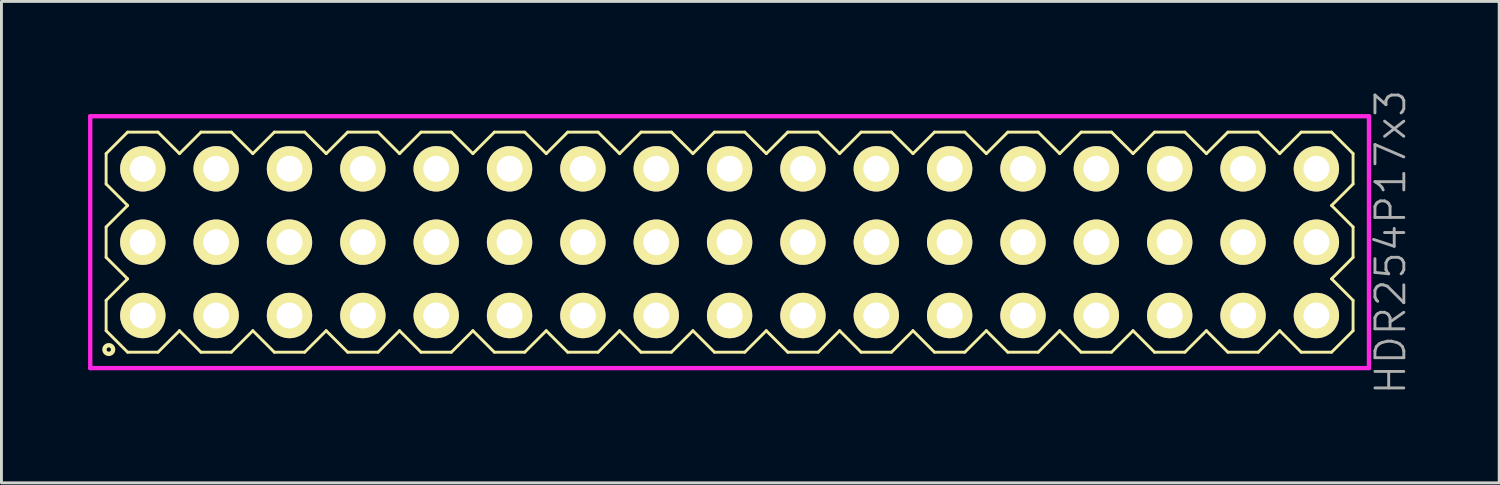
<source format=kicad_pcb>
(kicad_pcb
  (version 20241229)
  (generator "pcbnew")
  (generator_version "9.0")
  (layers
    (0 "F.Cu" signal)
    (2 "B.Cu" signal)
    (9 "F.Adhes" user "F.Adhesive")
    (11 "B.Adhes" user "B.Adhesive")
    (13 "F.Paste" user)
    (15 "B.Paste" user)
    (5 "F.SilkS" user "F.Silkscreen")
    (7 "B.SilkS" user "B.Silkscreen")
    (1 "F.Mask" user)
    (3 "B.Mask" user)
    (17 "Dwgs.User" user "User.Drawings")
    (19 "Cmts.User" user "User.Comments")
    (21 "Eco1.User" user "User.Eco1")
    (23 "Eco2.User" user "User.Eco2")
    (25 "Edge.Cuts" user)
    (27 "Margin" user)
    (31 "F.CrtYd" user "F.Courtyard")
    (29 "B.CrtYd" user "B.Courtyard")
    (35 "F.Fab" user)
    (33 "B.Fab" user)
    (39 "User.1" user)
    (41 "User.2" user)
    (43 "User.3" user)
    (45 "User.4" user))
  (footprint "HDR254P17x3"
    (layer "F.Cu")
    (at 22.215 5.336)
    (property "Reference" "HDR254P17x3" (at 22.89 0 90) (layer "F.Fab") (effects (font (size 1 1) (thickness 0.1))))
    (attr through_hole)
    (fp_line (start -21.59 -3.066) (end -20.846 -3.81) (stroke (width 0.1) (type solid)) (layer "F.SilkS"))
    (fp_line (start -21.59 -2.014) (end -21.59 -3.066) (stroke (width 0.1) (type solid)) (layer "F.SilkS"))
    (fp_line (start -21.59 -0.526) (end -20.846 -1.27) (stroke (width 0.1) (type solid)) (layer "F.SilkS"))
    (fp_line (start -21.59 0.526) (end -21.59 -0.526) (stroke (width 0.1) (type solid)) (layer "F.SilkS"))
    (fp_line (start -21.59 2.014) (end -20.846 1.27) (stroke (width 0.1) (type solid)) (layer "F.SilkS"))
    (fp_line (start -21.59 3.066) (end -21.59 2.014) (stroke (width 0.1) (type solid)) (layer "F.SilkS"))
    (fp_line (start -20.846 -3.81) (end -19.794 -3.81) (stroke (width 0.1) (type solid)) (layer "F.SilkS"))
    (fp_line (start -20.846 -1.27) (end -21.59 -2.014) (stroke (width 0.1) (type solid)) (layer "F.SilkS"))
    (fp_line (start -20.846 1.27) (end -21.59 0.526) (stroke (width 0.1) (type solid)) (layer "F.SilkS"))
    (fp_line (start -20.846 3.81) (end -21.59 3.066) (stroke (width 0.1) (type solid)) (layer "F.SilkS"))
    (fp_line (start -19.794 -3.81) (end -19.05 -3.066) (stroke (width 0.1) (type solid)) (layer "F.SilkS"))
    (fp_line (start -19.794 3.81) (end -20.846 3.81) (stroke (width 0.1) (type solid)) (layer "F.SilkS"))
    (fp_line (start -19.05 -3.066) (end -18.306 -3.81) (stroke (width 0.1) (type solid)) (layer "F.SilkS"))
    (fp_line (start -19.05 3.066) (end -19.794 3.81) (stroke (width 0.1) (type solid)) (layer "F.SilkS"))
    (fp_line (start -18.306 -3.81) (end -17.254 -3.81) (stroke (width 0.1) (type solid)) (layer "F.SilkS"))
    (fp_line (start -18.306 3.81) (end -19.05 3.066) (stroke (width 0.1) (type solid)) (layer "F.SilkS"))
    (fp_line (start -17.254 -3.81) (end -16.51 -3.066) (stroke (width 0.1) (type solid)) (layer "F.SilkS"))
    (fp_line (start -17.254 3.81) (end -18.306 3.81) (stroke (width 0.1) (type solid)) (layer "F.SilkS"))
    (fp_line (start -16.51 -3.066) (end -15.766 -3.81) (stroke (width 0.1) (type solid)) (layer "F.SilkS"))
    (fp_line (start -16.51 3.066) (end -17.254 3.81) (stroke (width 0.1) (type solid)) (layer "F.SilkS"))
    (fp_line (start -15.766 -3.81) (end -14.714 -3.81) (stroke (width 0.1) (type solid)) (layer "F.SilkS"))
    (fp_line (start -15.766 3.81) (end -16.51 3.066) (stroke (width 0.1) (type solid)) (layer "F.SilkS"))
    (fp_line (start -14.714 -3.81) (end -13.97 -3.066) (stroke (width 0.1) (type solid)) (layer "F.SilkS"))
    (fp_line (start -14.714 3.81) (end -15.766 3.81) (stroke (width 0.1) (type solid)) (layer "F.SilkS"))
    (fp_line (start -13.97 -3.066) (end -13.226 -3.81) (stroke (width 0.1) (type solid)) (layer "F.SilkS"))
    (fp_line (start -13.97 3.066) (end -14.714 3.81) (stroke (width 0.1) (type solid)) (layer "F.SilkS"))
    (fp_line (start -13.226 -3.81) (end -12.174 -3.81) (stroke (width 0.1) (type solid)) (layer "F.SilkS"))
    (fp_line (start -13.226 3.81) (end -13.97 3.066) (stroke (width 0.1) (type solid)) (layer "F.SilkS"))
    (fp_line (start -12.174 -3.81) (end -11.43 -3.066) (stroke (width 0.1) (type solid)) (layer "F.SilkS"))
    (fp_line (start -12.174 3.81) (end -13.226 3.81) (stroke (width 0.1) (type solid)) (layer "F.SilkS"))
    (fp_line (start -11.43 -3.066) (end -10.686 -3.81) (stroke (width 0.1) (type solid)) (layer "F.SilkS"))
    (fp_line (start -11.43 3.066) (end -12.174 3.81) (stroke (width 0.1) (type solid)) (layer "F.SilkS"))
    (fp_line (start -10.686 -3.81) (end -9.634 -3.81) (stroke (width 0.1) (type solid)) (layer "F.SilkS"))
    (fp_line (start -10.686 3.81) (end -11.43 3.066) (stroke (width 0.1) (type solid)) (layer "F.SilkS"))
    (fp_line (start -9.634 -3.81) (end -8.89 -3.066) (stroke (width 0.1) (type solid)) (layer "F.SilkS"))
    (fp_line (start -9.634 3.81) (end -10.686 3.81) (stroke (width 0.1) (type solid)) (layer "F.SilkS"))
    (fp_line (start -8.89 -3.066) (end -8.146 -3.81) (stroke (width 0.1) (type solid)) (layer "F.SilkS"))
    (fp_line (start -8.89 3.066) (end -9.634 3.81) (stroke (width 0.1) (type solid)) (layer "F.SilkS"))
    (fp_line (start -8.146 -3.81) (end -7.094 -3.81) (stroke (width 0.1) (type solid)) (layer "F.SilkS"))
    (fp_line (start -8.146 3.81) (end -8.89 3.066) (stroke (width 0.1) (type solid)) (layer "F.SilkS"))
    (fp_line (start -7.094 -3.81) (end -6.35 -3.066) (stroke (width 0.1) (type solid)) (layer "F.SilkS"))
    (fp_line (start -7.094 3.81) (end -8.146 3.81) (stroke (width 0.1) (type solid)) (layer "F.SilkS"))
    (fp_line (start -6.35 -3.066) (end -5.606 -3.81) (stroke (width 0.1) (type solid)) (layer "F.SilkS"))
    (fp_line (start -6.35 3.066) (end -7.094 3.81) (stroke (width 0.1) (type solid)) (layer "F.SilkS"))
    (fp_line (start -5.606 -3.81) (end -4.554 -3.81) (stroke (width 0.1) (type solid)) (layer "F.SilkS"))
    (fp_line (start -5.606 3.81) (end -6.35 3.066) (stroke (width 0.1) (type solid)) (layer "F.SilkS"))
    (fp_line (start -4.554 -3.81) (end -3.81 -3.066) (stroke (width 0.1) (type solid)) (layer "F.SilkS"))
    (fp_line (start -4.554 3.81) (end -5.606 3.81) (stroke (width 0.1) (type solid)) (layer "F.SilkS"))
    (fp_line (start -3.81 -3.066) (end -3.066 -3.81) (stroke (width 0.1) (type solid)) (layer "F.SilkS"))
    (fp_line (start -3.81 3.066) (end -4.554 3.81) (stroke (width 0.1) (type solid)) (layer "F.SilkS"))
    (fp_line (start -3.066 -3.81) (end -2.014 -3.81) (stroke (width 0.1) (type solid)) (layer "F.SilkS"))
    (fp_line (start -3.066 3.81) (end -3.81 3.066) (stroke (width 0.1) (type solid)) (layer "F.SilkS"))
    (fp_line (start -2.014 -3.81) (end -1.27 -3.066) (stroke (width 0.1) (type solid)) (layer "F.SilkS"))
    (fp_line (start -2.014 3.81) (end -3.066 3.81) (stroke (width 0.1) (type solid)) (layer "F.SilkS"))
    (fp_line (start -1.27 -3.066) (end -0.526 -3.81) (stroke (width 0.1) (type solid)) (layer "F.SilkS"))
    (fp_line (start -1.27 3.066) (end -2.014 3.81) (stroke (width 0.1) (type solid)) (layer "F.SilkS"))
    (fp_line (start -0.526 -3.81) (end 0.526 -3.81) (stroke (width 0.1) (type solid)) (layer "F.SilkS"))
    (fp_line (start -0.526 3.81) (end -1.27 3.066) (stroke (width 0.1) (type solid)) (layer "F.SilkS"))
    (fp_line (start 0.526 -3.81) (end 1.27 -3.066) (stroke (width 0.1) (type solid)) (layer "F.SilkS"))
    (fp_line (start 0.526 3.81) (end -0.526 3.81) (stroke (width 0.1) (type solid)) (layer "F.SilkS"))
    (fp_line (start 1.27 -3.066) (end 2.014 -3.81) (stroke (width 0.1) (type solid)) (layer "F.SilkS"))
    (fp_line (start 1.27 3.066) (end 0.526 3.81) (stroke (width 0.1) (type solid)) (layer "F.SilkS"))
    (fp_line (start 2.014 -3.81) (end 3.066 -3.81) (stroke (width 0.1) (type solid)) (layer "F.SilkS"))
    (fp_line (start 2.014 3.81) (end 1.27 3.066) (stroke (width 0.1) (type solid)) (layer "F.SilkS"))
    (fp_line (start 3.066 -3.81) (end 3.81 -3.066) (stroke (width 0.1) (type solid)) (layer "F.SilkS"))
    (fp_line (start 3.066 3.81) (end 2.014 3.81) (stroke (width 0.1) (type solid)) (layer "F.SilkS"))
    (fp_line (start 3.81 -3.066) (end 4.554 -3.81) (stroke (width 0.1) (type solid)) (layer "F.SilkS"))
    (fp_line (start 3.81 3.066) (end 3.066 3.81) (stroke (width 0.1) (type solid)) (layer "F.SilkS"))
    (fp_line (start 4.554 -3.81) (end 5.606 -3.81) (stroke (width 0.1) (type solid)) (layer "F.SilkS"))
    (fp_line (start 4.554 3.81) (end 3.81 3.066) (stroke (width 0.1) (type solid)) (layer "F.SilkS"))
    (fp_line (start 5.606 -3.81) (end 6.35 -3.066) (stroke (width 0.1) (type solid)) (layer "F.SilkS"))
    (fp_line (start 5.606 3.81) (end 4.554 3.81) (stroke (width 0.1) (type solid)) (layer "F.SilkS"))
    (fp_line (start 6.35 -3.066) (end 7.094 -3.81) (stroke (width 0.1) (type solid)) (layer "F.SilkS"))
    (fp_line (start 6.35 3.066) (end 5.606 3.81) (stroke (width 0.1) (type solid)) (layer "F.SilkS"))
    (fp_line (start 7.094 -3.81) (end 8.146 -3.81) (stroke (width 0.1) (type solid)) (layer "F.SilkS"))
    (fp_line (start 7.094 3.81) (end 6.35 3.066) (stroke (width 0.1) (type solid)) (layer "F.SilkS"))
    (fp_line (start 8.146 -3.81) (end 8.89 -3.066) (stroke (width 0.1) (type solid)) (layer "F.SilkS"))
    (fp_line (start 8.146 3.81) (end 7.094 3.81) (stroke (width 0.1) (type solid)) (layer "F.SilkS"))
    (fp_line (start 8.89 -3.066) (end 9.634 -3.81) (stroke (width 0.1) (type solid)) (layer "F.SilkS"))
    (fp_line (start 8.89 3.066) (end 8.146 3.81) (stroke (width 0.1) (type solid)) (layer "F.SilkS"))
    (fp_line (start 9.634 -3.81) (end 10.686 -3.81) (stroke (width 0.1) (type solid)) (layer "F.SilkS"))
    (fp_line (start 9.634 3.81) (end 8.89 3.066) (stroke (width 0.1) (type solid)) (layer "F.SilkS"))
    (fp_line (start 10.686 -3.81) (end 11.43 -3.066) (stroke (width 0.1) (type solid)) (layer "F.SilkS"))
    (fp_line (start 10.686 3.81) (end 9.634 3.81) (stroke (width 0.1) (type solid)) (layer "F.SilkS"))
    (fp_line (start 11.43 -3.066) (end 12.174 -3.81) (stroke (width 0.1) (type solid)) (layer "F.SilkS"))
    (fp_line (start 11.43 3.066) (end 10.686 3.81) (stroke (width 0.1) (type solid)) (layer "F.SilkS"))
    (fp_line (start 12.174 -3.81) (end 13.226 -3.81) (stroke (width 0.1) (type solid)) (layer "F.SilkS"))
    (fp_line (start 12.174 3.81) (end 11.43 3.066) (stroke (width 0.1) (type solid)) (layer "F.SilkS"))
    (fp_line (start 13.226 -3.81) (end 13.97 -3.066) (stroke (width 0.1) (type solid)) (layer "F.SilkS"))
    (fp_line (start 13.226 3.81) (end 12.174 3.81) (stroke (width 0.1) (type solid)) (layer "F.SilkS"))
    (fp_line (start 13.97 -3.066) (end 14.714 -3.81) (stroke (width 0.1) (type solid)) (layer "F.SilkS"))
    (fp_line (start 13.97 3.066) (end 13.226 3.81) (stroke (width 0.1) (type solid)) (layer "F.SilkS"))
    (fp_line (start 14.714 -3.81) (end 15.766 -3.81) (stroke (width 0.1) (type solid)) (layer "F.SilkS"))
    (fp_line (start 14.714 3.81) (end 13.97 3.066) (stroke (width 0.1) (type solid)) (layer "F.SilkS"))
    (fp_line (start 15.766 -3.81) (end 16.51 -3.066) (stroke (width 0.1) (type solid)) (layer "F.SilkS"))
    (fp_line (start 15.766 3.81) (end 14.714 3.81) (stroke (width 0.1) (type solid)) (layer "F.SilkS"))
    (fp_line (start 16.51 -3.066) (end 17.254 -3.81) (stroke (width 0.1) (type solid)) (layer "F.SilkS"))
    (fp_line (start 16.51 3.066) (end 15.766 3.81) (stroke (width 0.1) (type solid)) (layer "F.SilkS"))
    (fp_line (start 17.254 -3.81) (end 18.306 -3.81) (stroke (width 0.1) (type solid)) (layer "F.SilkS"))
    (fp_line (start 17.254 3.81) (end 16.51 3.066) (stroke (width 0.1) (type solid)) (layer "F.SilkS"))
    (fp_line (start 18.306 -3.81) (end 19.05 -3.066) (stroke (width 0.1) (type solid)) (layer "F.SilkS"))
    (fp_line (start 18.306 3.81) (end 17.254 3.81) (stroke (width 0.1) (type solid)) (layer "F.SilkS"))
    (fp_line (start 19.05 -3.066) (end 19.794 -3.81) (stroke (width 0.1) (type solid)) (layer "F.SilkS"))
    (fp_line (start 19.05 3.066) (end 18.306 3.81) (stroke (width 0.1) (type solid)) (layer "F.SilkS"))
    (fp_line (start 19.794 -3.81) (end 20.846 -3.81) (stroke (width 0.1) (type solid)) (layer "F.SilkS"))
    (fp_line (start 19.794 3.81) (end 19.05 3.066) (stroke (width 0.1) (type solid)) (layer "F.SilkS"))
    (fp_line (start 20.846 -3.81) (end 21.59 -3.066) (stroke (width 0.1) (type solid)) (layer "F.SilkS"))
    (fp_line (start 20.846 -1.27) (end 21.59 -0.526) (stroke (width 0.1) (type solid)) (layer "F.SilkS"))
    (fp_line (start 20.846 1.27) (end 21.59 2.014) (stroke (width 0.1) (type solid)) (layer "F.SilkS"))
    (fp_line (start 20.846 3.81) (end 19.794 3.81) (stroke (width 0.1) (type solid)) (layer "F.SilkS"))
    (fp_line (start 21.59 -3.066) (end 21.59 -2.014) (stroke (width 0.1) (type solid)) (layer "F.SilkS"))
    (fp_line (start 21.59 -2.014) (end 20.846 -1.27) (stroke (width 0.1) (type solid)) (layer "F.SilkS"))
    (fp_line (start 21.59 -0.526) (end 21.59 0.526) (stroke (width 0.1) (type solid)) (layer "F.SilkS"))
    (fp_line (start 21.59 0.526) (end 20.846 1.27) (stroke (width 0.1) (type solid)) (layer "F.SilkS"))
    (fp_line (start 21.59 2.014) (end 21.59 3.066) (stroke (width 0.1) (type solid)) (layer "F.SilkS"))
    (fp_line (start 21.59 3.066) (end 20.846 3.81) (stroke (width 0.1) (type solid)) (layer "F.SilkS"))
    (fp_circle (center -21.498 3.718) (end -21.348 3.718) (stroke (width 0.15) (type solid)) (fill no) (layer "F.SilkS"))
    (fp_line (start -22.14 -4.36) (end -22.14 4.36) (stroke (width 0.15) (type solid)) (layer "F.CrtYd"))
    (fp_line (start -22.14 4.36) (end 22.14 4.36) (stroke (width 0.15) (type solid)) (layer "F.CrtYd"))
    (fp_line (start 22.14 -4.36) (end -22.14 -4.36) (stroke (width 0.15) (type solid)) (layer "F.CrtYd"))
    (fp_line (start 22.14 4.36) (end 22.14 -4.36) (stroke (width 0.15) (type solid)) (layer "F.CrtYd"))
    (pad "1" thru_hole oval (at -20.32 2.54) (size 1.57 1.57) (drill 0.9) (layers "*.Cu" "*.Mask" "F.SilkS"))
    (pad "2" thru_hole oval (at -20.32 0) (size 1.57 1.57) (drill 0.9) (layers "*.Cu" "*.Mask" "F.SilkS"))
    (pad "3" thru_hole oval (at -20.32 -2.54) (size 1.57 1.57) (drill 0.9) (layers "*.Cu" "*.Mask" "F.SilkS"))
    (pad "4" thru_hole oval (at -17.78 2.54) (size 1.57 1.57) (drill 0.9) (layers "*.Cu" "*.Mask" "F.SilkS"))
    (pad "5" thru_hole oval (at -17.78 0) (size 1.57 1.57) (drill 0.9) (layers "*.Cu" "*.Mask" "F.SilkS"))
    (pad "6" thru_hole oval (at -17.78 -2.54) (size 1.57 1.57) (drill 0.9) (layers "*.Cu" "*.Mask" "F.SilkS"))
    (pad "7" thru_hole oval (at -15.24 2.54) (size 1.57 1.57) (drill 0.9) (layers "*.Cu" "*.Mask" "F.SilkS"))
    (pad "8" thru_hole oval (at -15.24 0) (size 1.57 1.57) (drill 0.9) (layers "*.Cu" "*.Mask" "F.SilkS"))
    (pad "9" thru_hole oval (at -15.24 -2.54) (size 1.57 1.57) (drill 0.9) (layers "*.Cu" "*.Mask" "F.SilkS"))
    (pad "10" thru_hole oval (at -12.7 2.54) (size 1.57 1.57) (drill 0.9) (layers "*.Cu" "*.Mask" "F.SilkS"))
    (pad "11" thru_hole oval (at -12.7 0) (size 1.57 1.57) (drill 0.9) (layers "*.Cu" "*.Mask" "F.SilkS"))
    (pad "12" thru_hole oval (at -12.7 -2.54) (size 1.57 1.57) (drill 0.9) (layers "*.Cu" "*.Mask" "F.SilkS"))
    (pad "13" thru_hole oval (at -10.16 2.54) (size 1.57 1.57) (drill 0.9) (layers "*.Cu" "*.Mask" "F.SilkS"))
    (pad "14" thru_hole oval (at -10.16 0) (size 1.57 1.57) (drill 0.9) (layers "*.Cu" "*.Mask" "F.SilkS"))
    (pad "15" thru_hole oval (at -10.16 -2.54) (size 1.57 1.57) (drill 0.9) (layers "*.Cu" "*.Mask" "F.SilkS"))
    (pad "16" thru_hole oval (at -7.62 2.54) (size 1.57 1.57) (drill 0.9) (layers "*.Cu" "*.Mask" "F.SilkS"))
    (pad "17" thru_hole oval (at -7.62 0) (size 1.57 1.57) (drill 0.9) (layers "*.Cu" "*.Mask" "F.SilkS"))
    (pad "18" thru_hole oval (at -7.62 -2.54) (size 1.57 1.57) (drill 0.9) (layers "*.Cu" "*.Mask" "F.SilkS"))
    (pad "19" thru_hole oval (at -5.08 2.54) (size 1.57 1.57) (drill 0.9) (layers "*.Cu" "*.Mask" "F.SilkS"))
    (pad "20" thru_hole oval (at -5.08 0) (size 1.57 1.57) (drill 0.9) (layers "*.Cu" "*.Mask" "F.SilkS"))
    (pad "21" thru_hole oval (at -5.08 -2.54) (size 1.57 1.57) (drill 0.9) (layers "*.Cu" "*.Mask" "F.SilkS"))
    (pad "22" thru_hole oval (at -2.54 2.54) (size 1.57 1.57) (drill 0.9) (layers "*.Cu" "*.Mask" "F.SilkS"))
    (pad "23" thru_hole oval (at -2.54 0) (size 1.57 1.57) (drill 0.9) (layers "*.Cu" "*.Mask" "F.SilkS"))
    (pad "24" thru_hole oval (at -2.54 -2.54) (size 1.57 1.57) (drill 0.9) (layers "*.Cu" "*.Mask" "F.SilkS"))
    (pad "25" thru_hole oval (at 0 2.54) (size 1.57 1.57) (drill 0.9) (layers "*.Cu" "*.Mask" "F.SilkS"))
    (pad "26" thru_hole oval (at 0 0) (size 1.57 1.57) (drill 0.9) (layers "*.Cu" "*.Mask" "F.SilkS"))
    (pad "27" thru_hole oval (at 0 -2.54) (size 1.57 1.57) (drill 0.9) (layers "*.Cu" "*.Mask" "F.SilkS"))
    (pad "28" thru_hole oval (at 2.54 2.54) (size 1.57 1.57) (drill 0.9) (layers "*.Cu" "*.Mask" "F.SilkS"))
    (pad "29" thru_hole oval (at 2.54 0) (size 1.57 1.57) (drill 0.9) (layers "*.Cu" "*.Mask" "F.SilkS"))
    (pad "30" thru_hole oval (at 2.54 -2.54) (size 1.57 1.57) (drill 0.9) (layers "*.Cu" "*.Mask" "F.SilkS"))
    (pad "31" thru_hole oval (at 5.08 2.54) (size 1.57 1.57) (drill 0.9) (layers "*.Cu" "*.Mask" "F.SilkS"))
    (pad "32" thru_hole oval (at 5.08 0) (size 1.57 1.57) (drill 0.9) (layers "*.Cu" "*.Mask" "F.SilkS"))
    (pad "33" thru_hole oval (at 5.08 -2.54) (size 1.57 1.57) (drill 0.9) (layers "*.Cu" "*.Mask" "F.SilkS"))
    (pad "34" thru_hole oval (at 7.62 2.54) (size 1.57 1.57) (drill 0.9) (layers "*.Cu" "*.Mask" "F.SilkS"))
    (pad "35" thru_hole oval (at 7.62 0) (size 1.57 1.57) (drill 0.9) (layers "*.Cu" "*.Mask" "F.SilkS"))
    (pad "36" thru_hole oval (at 7.62 -2.54) (size 1.57 1.57) (drill 0.9) (layers "*.Cu" "*.Mask" "F.SilkS"))
    (pad "37" thru_hole oval (at 10.16 2.54) (size 1.57 1.57) (drill 0.9) (layers "*.Cu" "*.Mask" "F.SilkS"))
    (pad "38" thru_hole oval (at 10.16 0) (size 1.57 1.57) (drill 0.9) (layers "*.Cu" "*.Mask" "F.SilkS"))
    (pad "39" thru_hole oval (at 10.16 -2.54) (size 1.57 1.57) (drill 0.9) (layers "*.Cu" "*.Mask" "F.SilkS"))
    (pad "40" thru_hole oval (at 12.7 2.54) (size 1.57 1.57) (drill 0.9) (layers "*.Cu" "*.Mask" "F.SilkS"))
    (pad "41" thru_hole oval (at 12.7 0) (size 1.57 1.57) (drill 0.9) (layers "*.Cu" "*.Mask" "F.SilkS"))
    (pad "42" thru_hole oval (at 12.7 -2.54) (size 1.57 1.57) (drill 0.9) (layers "*.Cu" "*.Mask" "F.SilkS"))
    (pad "43" thru_hole oval (at 15.24 2.54) (size 1.57 1.57) (drill 0.9) (layers "*.Cu" "*.Mask" "F.SilkS"))
    (pad "44" thru_hole oval (at 15.24 0) (size 1.57 1.57) (drill 0.9) (layers "*.Cu" "*.Mask" "F.SilkS"))
    (pad "45" thru_hole oval (at 15.24 -2.54) (size 1.57 1.57) (drill 0.9) (layers "*.Cu" "*.Mask" "F.SilkS"))
    (pad "46" thru_hole oval (at 17.78 2.54) (size 1.57 1.57) (drill 0.9) (layers "*.Cu" "*.Mask" "F.SilkS"))
    (pad "47" thru_hole oval (at 17.78 0) (size 1.57 1.57) (drill 0.9) (layers "*.Cu" "*.Mask" "F.SilkS"))
    (pad "48" thru_hole oval (at 17.78 -2.54) (size 1.57 1.57) (drill 0.9) (layers "*.Cu" "*.Mask" "F.SilkS"))
    (pad "49" thru_hole oval (at 20.32 2.54) (size 1.57 1.57) (drill 0.9) (layers "*.Cu" "*.Mask" "F.SilkS"))
    (pad "50" thru_hole oval (at 20.32 0) (size 1.57 1.57) (drill 0.9) (layers "*.Cu" "*.Mask" "F.SilkS"))
    (pad "51" thru_hole oval (at 20.32 -2.54) (size 1.57 1.57) (drill 0.9) (layers "*.Cu" "*.Mask" "F.SilkS")))
  (gr_rect
    (start -3 -3)
    (end 48.865 13.671)
    (stroke (width 0.1) (type default))
    (fill no)
    (layer "Edge.Cuts")))
</source>
